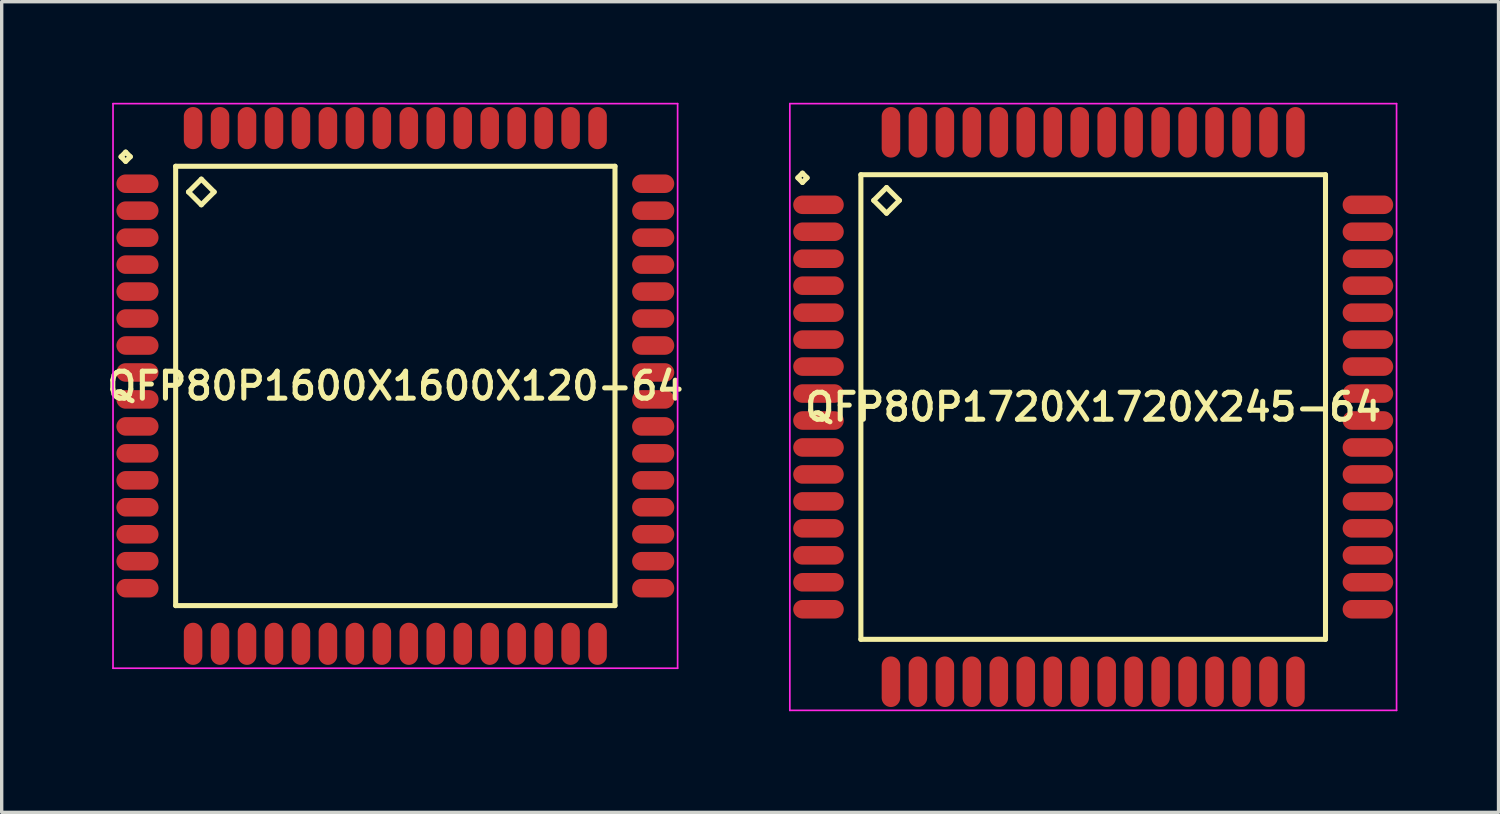
<source format=kicad_pcb>
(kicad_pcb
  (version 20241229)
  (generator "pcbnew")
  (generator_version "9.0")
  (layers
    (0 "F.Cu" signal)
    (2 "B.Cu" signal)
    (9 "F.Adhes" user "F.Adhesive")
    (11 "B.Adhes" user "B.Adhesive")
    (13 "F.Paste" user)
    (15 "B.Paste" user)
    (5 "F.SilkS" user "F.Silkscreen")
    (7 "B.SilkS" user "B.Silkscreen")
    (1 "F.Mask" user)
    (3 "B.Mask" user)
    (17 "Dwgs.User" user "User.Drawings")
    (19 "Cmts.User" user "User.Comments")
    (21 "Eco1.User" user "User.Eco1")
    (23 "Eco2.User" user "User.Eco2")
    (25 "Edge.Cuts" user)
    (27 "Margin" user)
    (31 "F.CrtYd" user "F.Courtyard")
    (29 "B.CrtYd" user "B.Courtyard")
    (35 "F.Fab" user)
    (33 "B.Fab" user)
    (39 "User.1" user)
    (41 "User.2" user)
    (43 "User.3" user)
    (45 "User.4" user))
  (footprint "QFP80P1720X1720X245-64"
    (layer "F.Cu")
    (at 29.382 9.025)
    (property "Reference" "QFP80P1720X1720X245-64" (at 0 0 0) (layer "F.SilkS") (effects (font (size 0.8 0.8) (thickness 0.15))))
    (attr smd)
    (fp_line (start -8.762 -6.8) (end -8.625 -6.938) (stroke (width 0.15) (type solid)) (layer "F.SilkS"))
    (fp_line (start -8.625 -6.938) (end -8.488 -6.8) (stroke (width 0.15) (type solid)) (layer "F.SilkS"))
    (fp_line (start -8.625 -6.662) (end -8.762 -6.8) (stroke (width 0.15) (type solid)) (layer "F.SilkS"))
    (fp_line (start -8.488 -6.8) (end -8.625 -6.662) (stroke (width 0.15) (type solid)) (layer "F.SilkS"))
    (fp_line (start -6.892 -6.892) (end -6.892 6.892) (stroke (width 0.15) (type solid)) (layer "F.SilkS"))
    (fp_line (start -6.892 6.892) (end 6.892 6.892) (stroke (width 0.15) (type solid)) (layer "F.SilkS"))
    (fp_line (start -6.511 -6.13) (end -6.13 -6.511) (stroke (width 0.15) (type solid)) (layer "F.SilkS"))
    (fp_line (start -6.13 -6.511) (end -5.749 -6.13) (stroke (width 0.15) (type solid)) (layer "F.SilkS"))
    (fp_line (start -6.13 -5.749) (end -6.511 -6.13) (stroke (width 0.15) (type solid)) (layer "F.SilkS"))
    (fp_line (start -5.749 -6.13) (end -6.13 -5.749) (stroke (width 0.15) (type solid)) (layer "F.SilkS"))
    (fp_line (start 6.892 -6.892) (end -6.892 -6.892) (stroke (width 0.15) (type solid)) (layer "F.SilkS"))
    (fp_line (start 6.892 6.892) (end 6.892 -6.892) (stroke (width 0.15) (type solid)) (layer "F.SilkS"))
    (fp_line (start -9 -9) (end 9 -9) (stroke (width 0.05) (type solid)) (layer "F.CrtYd"))
    (fp_line (start -9 9) (end -9 -9) (stroke (width 0.05) (type solid)) (layer "F.CrtYd"))
    (fp_line (start 9 -9) (end 9 9) (stroke (width 0.05) (type solid)) (layer "F.CrtYd"))
    (fp_line (start 9 9) (end -9 9) (stroke (width 0.05) (type solid)) (layer "F.CrtYd"))
    (pad "1" smd oval (at -8.15 -6) (size 1.5 0.55) (layers "F.Cu" "F.Mask" "F.Paste"))
    (pad "2" smd oval (at -8.15 -5.2) (size 1.5 0.55) (layers "F.Cu" "F.Mask" "F.Paste"))
    (pad "3" smd oval (at -8.15 -4.4) (size 1.5 0.55) (layers "F.Cu" "F.Mask" "F.Paste"))
    (pad "4" smd oval (at -8.15 -3.6) (size 1.5 0.55) (layers "F.Cu" "F.Mask" "F.Paste"))
    (pad "5" smd oval (at -8.15 -2.8) (size 1.5 0.55) (layers "F.Cu" "F.Mask" "F.Paste"))
    (pad "6" smd oval (at -8.15 -2) (size 1.5 0.55) (layers "F.Cu" "F.Mask" "F.Paste"))
    (pad "7" smd oval (at -8.15 -1.2) (size 1.5 0.55) (layers "F.Cu" "F.Mask" "F.Paste"))
    (pad "8" smd oval (at -8.15 -0.4) (size 1.5 0.55) (layers "F.Cu" "F.Mask" "F.Paste"))
    (pad "9" smd oval (at -8.15 0.4) (size 1.5 0.55) (layers "F.Cu" "F.Mask" "F.Paste"))
    (pad "10" smd oval (at -8.15 1.2) (size 1.5 0.55) (layers "F.Cu" "F.Mask" "F.Paste"))
    (pad "11" smd oval (at -8.15 2) (size 1.5 0.55) (layers "F.Cu" "F.Mask" "F.Paste"))
    (pad "12" smd oval (at -8.15 2.8) (size 1.5 0.55) (layers "F.Cu" "F.Mask" "F.Paste"))
    (pad "13" smd oval (at -8.15 3.6) (size 1.5 0.55) (layers "F.Cu" "F.Mask" "F.Paste"))
    (pad "14" smd oval (at -8.15 4.4) (size 1.5 0.55) (layers "F.Cu" "F.Mask" "F.Paste"))
    (pad "15" smd oval (at -8.15 5.2) (size 1.5 0.55) (layers "F.Cu" "F.Mask" "F.Paste"))
    (pad "16" smd oval (at -8.15 6) (size 1.5 0.55) (layers "F.Cu" "F.Mask" "F.Paste"))
    (pad "17" smd oval (at -6 8.15) (size 0.55 1.5) (layers "F.Cu" "F.Mask" "F.Paste"))
    (pad "18" smd oval (at -5.2 8.15) (size 0.55 1.5) (layers "F.Cu" "F.Mask" "F.Paste"))
    (pad "19" smd oval (at -4.4 8.15) (size 0.55 1.5) (layers "F.Cu" "F.Mask" "F.Paste"))
    (pad "20" smd oval (at -3.6 8.15) (size 0.55 1.5) (layers "F.Cu" "F.Mask" "F.Paste"))
    (pad "21" smd oval (at -2.8 8.15) (size 0.55 1.5) (layers "F.Cu" "F.Mask" "F.Paste"))
    (pad "22" smd oval (at -2 8.15) (size 0.55 1.5) (layers "F.Cu" "F.Mask" "F.Paste"))
    (pad "23" smd oval (at -1.2 8.15) (size 0.55 1.5) (layers "F.Cu" "F.Mask" "F.Paste"))
    (pad "24" smd oval (at -0.4 8.15) (size 0.55 1.5) (layers "F.Cu" "F.Mask" "F.Paste"))
    (pad "25" smd oval (at 0.4 8.15) (size 0.55 1.5) (layers "F.Cu" "F.Mask" "F.Paste"))
    (pad "26" smd oval (at 1.2 8.15) (size 0.55 1.5) (layers "F.Cu" "F.Mask" "F.Paste"))
    (pad "27" smd oval (at 2 8.15) (size 0.55 1.5) (layers "F.Cu" "F.Mask" "F.Paste"))
    (pad "28" smd oval (at 2.8 8.15) (size 0.55 1.5) (layers "F.Cu" "F.Mask" "F.Paste"))
    (pad "29" smd oval (at 3.6 8.15) (size 0.55 1.5) (layers "F.Cu" "F.Mask" "F.Paste"))
    (pad "30" smd oval (at 4.4 8.15) (size 0.55 1.5) (layers "F.Cu" "F.Mask" "F.Paste"))
    (pad "31" smd oval (at 5.2 8.15) (size 0.55 1.5) (layers "F.Cu" "F.Mask" "F.Paste"))
    (pad "32" smd oval (at 6 8.15) (size 0.55 1.5) (layers "F.Cu" "F.Mask" "F.Paste"))
    (pad "33" smd oval (at 8.15 6) (size 1.5 0.55) (layers "F.Cu" "F.Mask" "F.Paste"))
    (pad "34" smd oval (at 8.15 5.2) (size 1.5 0.55) (layers "F.Cu" "F.Mask" "F.Paste"))
    (pad "35" smd oval (at 8.15 4.4) (size 1.5 0.55) (layers "F.Cu" "F.Mask" "F.Paste"))
    (pad "36" smd oval (at 8.15 3.6) (size 1.5 0.55) (layers "F.Cu" "F.Mask" "F.Paste"))
    (pad "37" smd oval (at 8.15 2.8) (size 1.5 0.55) (layers "F.Cu" "F.Mask" "F.Paste"))
    (pad "38" smd oval (at 8.15 2) (size 1.5 0.55) (layers "F.Cu" "F.Mask" "F.Paste"))
    (pad "39" smd oval (at 8.15 1.2) (size 1.5 0.55) (layers "F.Cu" "F.Mask" "F.Paste"))
    (pad "40" smd oval (at 8.15 0.4) (size 1.5 0.55) (layers "F.Cu" "F.Mask" "F.Paste"))
    (pad "41" smd oval (at 8.15 -0.4) (size 1.5 0.55) (layers "F.Cu" "F.Mask" "F.Paste"))
    (pad "42" smd oval (at 8.15 -1.2) (size 1.5 0.55) (layers "F.Cu" "F.Mask" "F.Paste"))
    (pad "43" smd oval (at 8.15 -2) (size 1.5 0.55) (layers "F.Cu" "F.Mask" "F.Paste"))
    (pad "44" smd oval (at 8.15 -2.8) (size 1.5 0.55) (layers "F.Cu" "F.Mask" "F.Paste"))
    (pad "45" smd oval (at 8.15 -3.6) (size 1.5 0.55) (layers "F.Cu" "F.Mask" "F.Paste"))
    (pad "46" smd oval (at 8.15 -4.4) (size 1.5 0.55) (layers "F.Cu" "F.Mask" "F.Paste"))
    (pad "47" smd oval (at 8.15 -5.2) (size 1.5 0.55) (layers "F.Cu" "F.Mask" "F.Paste"))
    (pad "48" smd oval (at 8.15 -6) (size 1.5 0.55) (layers "F.Cu" "F.Mask" "F.Paste"))
    (pad "49" smd oval (at 6 -8.15) (size 0.55 1.5) (layers "F.Cu" "F.Mask" "F.Paste"))
    (pad "50" smd oval (at 5.2 -8.15) (size 0.55 1.5) (layers "F.Cu" "F.Mask" "F.Paste"))
    (pad "51" smd oval (at 4.4 -8.15) (size 0.55 1.5) (layers "F.Cu" "F.Mask" "F.Paste"))
    (pad "52" smd oval (at 3.6 -8.15) (size 0.55 1.5) (layers "F.Cu" "F.Mask" "F.Paste"))
    (pad "53" smd oval (at 2.8 -8.15) (size 0.55 1.5) (layers "F.Cu" "F.Mask" "F.Paste"))
    (pad "54" smd oval (at 2 -8.15) (size 0.55 1.5) (layers "F.Cu" "F.Mask" "F.Paste"))
    (pad "55" smd oval (at 1.2 -8.15) (size 0.55 1.5) (layers "F.Cu" "F.Mask" "F.Paste"))
    (pad "56" smd oval (at 0.4 -8.15) (size 0.55 1.5) (layers "F.Cu" "F.Mask" "F.Paste"))
    (pad "57" smd oval (at -0.4 -8.15) (size 0.55 1.5) (layers "F.Cu" "F.Mask" "F.Paste"))
    (pad "58" smd oval (at -1.2 -8.15) (size 0.55 1.5) (layers "F.Cu" "F.Mask" "F.Paste"))
    (pad "59" smd oval (at -2 -8.15) (size 0.55 1.5) (layers "F.Cu" "F.Mask" "F.Paste"))
    (pad "60" smd oval (at -2.8 -8.15) (size 0.55 1.5) (layers "F.Cu" "F.Mask" "F.Paste"))
    (pad "61" smd oval (at -3.6 -8.15) (size 0.55 1.5) (layers "F.Cu" "F.Mask" "F.Paste"))
    (pad "62" smd oval (at -4.4 -8.15) (size 0.55 1.5) (layers "F.Cu" "F.Mask" "F.Paste"))
    (pad "63" smd oval (at -5.2 -8.15) (size 0.55 1.5) (layers "F.Cu" "F.Mask" "F.Paste"))
    (pad "64" smd oval (at -6 -8.15) (size 0.55 1.5) (layers "F.Cu" "F.Mask" "F.Paste")))
  (footprint "QFP80P1600X1600X120-64"
    (layer "F.Cu")
    (at 8.678 8.4)
    (property "Reference" "QFP80P1600X1600X120-64" (at 0 0 0) (layer "F.SilkS") (effects (font (size 0.8 0.8) (thickness 0.15))))
    (attr smd)
    (fp_line (start -8.137 -6.8) (end -8 -6.938) (stroke (width 0.15) (type solid)) (layer "F.SilkS"))
    (fp_line (start -8 -6.938) (end -7.862 -6.8) (stroke (width 0.15) (type solid)) (layer "F.SilkS"))
    (fp_line (start -8 -6.662) (end -8.137 -6.8) (stroke (width 0.15) (type solid)) (layer "F.SilkS"))
    (fp_line (start -7.862 -6.8) (end -8 -6.662) (stroke (width 0.15) (type solid)) (layer "F.SilkS"))
    (fp_line (start -6.517 -6.517) (end -6.517 6.517) (stroke (width 0.15) (type solid)) (layer "F.SilkS"))
    (fp_line (start -6.517 6.517) (end 6.517 6.517) (stroke (width 0.15) (type solid)) (layer "F.SilkS"))
    (fp_line (start -6.136 -5.755) (end -5.755 -6.136) (stroke (width 0.15) (type solid)) (layer "F.SilkS"))
    (fp_line (start -5.755 -6.136) (end -5.374 -5.755) (stroke (width 0.15) (type solid)) (layer "F.SilkS"))
    (fp_line (start -5.755 -5.374) (end -6.136 -5.755) (stroke (width 0.15) (type solid)) (layer "F.SilkS"))
    (fp_line (start -5.374 -5.755) (end -5.755 -5.374) (stroke (width 0.15) (type solid)) (layer "F.SilkS"))
    (fp_line (start 6.517 -6.517) (end -6.517 -6.517) (stroke (width 0.15) (type solid)) (layer "F.SilkS"))
    (fp_line (start 6.517 6.517) (end 6.517 -6.517) (stroke (width 0.15) (type solid)) (layer "F.SilkS"))
    (fp_line (start -8.375 -8.375) (end 8.375 -8.375) (stroke (width 0.05) (type solid)) (layer "F.CrtYd"))
    (fp_line (start -8.375 8.375) (end -8.375 -8.375) (stroke (width 0.05) (type solid)) (layer "F.CrtYd"))
    (fp_line (start 8.375 -8.375) (end 8.375 8.375) (stroke (width 0.05) (type solid)) (layer "F.CrtYd"))
    (fp_line (start 8.375 8.375) (end -8.375 8.375) (stroke (width 0.05) (type solid)) (layer "F.CrtYd"))
    (pad "1" smd oval (at -7.65 -6) (size 1.25 0.55) (layers "F.Cu" "F.Mask" "F.Paste"))
    (pad "2" smd oval (at -7.65 -5.2) (size 1.25 0.55) (layers "F.Cu" "F.Mask" "F.Paste"))
    (pad "3" smd oval (at -7.65 -4.4) (size 1.25 0.55) (layers "F.Cu" "F.Mask" "F.Paste"))
    (pad "4" smd oval (at -7.65 -3.6) (size 1.25 0.55) (layers "F.Cu" "F.Mask" "F.Paste"))
    (pad "5" smd oval (at -7.65 -2.8) (size 1.25 0.55) (layers "F.Cu" "F.Mask" "F.Paste"))
    (pad "6" smd oval (at -7.65 -2) (size 1.25 0.55) (layers "F.Cu" "F.Mask" "F.Paste"))
    (pad "7" smd oval (at -7.65 -1.2) (size 1.25 0.55) (layers "F.Cu" "F.Mask" "F.Paste"))
    (pad "8" smd oval (at -7.65 -0.4) (size 1.25 0.55) (layers "F.Cu" "F.Mask" "F.Paste"))
    (pad "9" smd oval (at -7.65 0.4) (size 1.25 0.55) (layers "F.Cu" "F.Mask" "F.Paste"))
    (pad "10" smd oval (at -7.65 1.2) (size 1.25 0.55) (layers "F.Cu" "F.Mask" "F.Paste"))
    (pad "11" smd oval (at -7.65 2) (size 1.25 0.55) (layers "F.Cu" "F.Mask" "F.Paste"))
    (pad "12" smd oval (at -7.65 2.8) (size 1.25 0.55) (layers "F.Cu" "F.Mask" "F.Paste"))
    (pad "13" smd oval (at -7.65 3.6) (size 1.25 0.55) (layers "F.Cu" "F.Mask" "F.Paste"))
    (pad "14" smd oval (at -7.65 4.4) (size 1.25 0.55) (layers "F.Cu" "F.Mask" "F.Paste"))
    (pad "15" smd oval (at -7.65 5.2) (size 1.25 0.55) (layers "F.Cu" "F.Mask" "F.Paste"))
    (pad "16" smd oval (at -7.65 6) (size 1.25 0.55) (layers "F.Cu" "F.Mask" "F.Paste"))
    (pad "17" smd oval (at -6 7.65) (size 0.55 1.25) (layers "F.Cu" "F.Mask" "F.Paste"))
    (pad "18" smd oval (at -5.2 7.65) (size 0.55 1.25) (layers "F.Cu" "F.Mask" "F.Paste"))
    (pad "19" smd oval (at -4.4 7.65) (size 0.55 1.25) (layers "F.Cu" "F.Mask" "F.Paste"))
    (pad "20" smd oval (at -3.6 7.65) (size 0.55 1.25) (layers "F.Cu" "F.Mask" "F.Paste"))
    (pad "21" smd oval (at -2.8 7.65) (size 0.55 1.25) (layers "F.Cu" "F.Mask" "F.Paste"))
    (pad "22" smd oval (at -2 7.65) (size 0.55 1.25) (layers "F.Cu" "F.Mask" "F.Paste"))
    (pad "23" smd oval (at -1.2 7.65) (size 0.55 1.25) (layers "F.Cu" "F.Mask" "F.Paste"))
    (pad "24" smd oval (at -0.4 7.65) (size 0.55 1.25) (layers "F.Cu" "F.Mask" "F.Paste"))
    (pad "25" smd oval (at 0.4 7.65) (size 0.55 1.25) (layers "F.Cu" "F.Mask" "F.Paste"))
    (pad "26" smd oval (at 1.2 7.65) (size 0.55 1.25) (layers "F.Cu" "F.Mask" "F.Paste"))
    (pad "27" smd oval (at 2 7.65) (size 0.55 1.25) (layers "F.Cu" "F.Mask" "F.Paste"))
    (pad "28" smd oval (at 2.8 7.65) (size 0.55 1.25) (layers "F.Cu" "F.Mask" "F.Paste"))
    (pad "29" smd oval (at 3.6 7.65) (size 0.55 1.25) (layers "F.Cu" "F.Mask" "F.Paste"))
    (pad "30" smd oval (at 4.4 7.65) (size 0.55 1.25) (layers "F.Cu" "F.Mask" "F.Paste"))
    (pad "31" smd oval (at 5.2 7.65) (size 0.55 1.25) (layers "F.Cu" "F.Mask" "F.Paste"))
    (pad "32" smd oval (at 6 7.65) (size 0.55 1.25) (layers "F.Cu" "F.Mask" "F.Paste"))
    (pad "33" smd oval (at 7.65 6) (size 1.25 0.55) (layers "F.Cu" "F.Mask" "F.Paste"))
    (pad "34" smd oval (at 7.65 5.2) (size 1.25 0.55) (layers "F.Cu" "F.Mask" "F.Paste"))
    (pad "35" smd oval (at 7.65 4.4) (size 1.25 0.55) (layers "F.Cu" "F.Mask" "F.Paste"))
    (pad "36" smd oval (at 7.65 3.6) (size 1.25 0.55) (layers "F.Cu" "F.Mask" "F.Paste"))
    (pad "37" smd oval (at 7.65 2.8) (size 1.25 0.55) (layers "F.Cu" "F.Mask" "F.Paste"))
    (pad "38" smd oval (at 7.65 2) (size 1.25 0.55) (layers "F.Cu" "F.Mask" "F.Paste"))
    (pad "39" smd oval (at 7.65 1.2) (size 1.25 0.55) (layers "F.Cu" "F.Mask" "F.Paste"))
    (pad "40" smd oval (at 7.65 0.4) (size 1.25 0.55) (layers "F.Cu" "F.Mask" "F.Paste"))
    (pad "41" smd oval (at 7.65 -0.4) (size 1.25 0.55) (layers "F.Cu" "F.Mask" "F.Paste"))
    (pad "42" smd oval (at 7.65 -1.2) (size 1.25 0.55) (layers "F.Cu" "F.Mask" "F.Paste"))
    (pad "43" smd oval (at 7.65 -2) (size 1.25 0.55) (layers "F.Cu" "F.Mask" "F.Paste"))
    (pad "44" smd oval (at 7.65 -2.8) (size 1.25 0.55) (layers "F.Cu" "F.Mask" "F.Paste"))
    (pad "45" smd oval (at 7.65 -3.6) (size 1.25 0.55) (layers "F.Cu" "F.Mask" "F.Paste"))
    (pad "46" smd oval (at 7.65 -4.4) (size 1.25 0.55) (layers "F.Cu" "F.Mask" "F.Paste"))
    (pad "47" smd oval (at 7.65 -5.2) (size 1.25 0.55) (layers "F.Cu" "F.Mask" "F.Paste"))
    (pad "48" smd oval (at 7.65 -6) (size 1.25 0.55) (layers "F.Cu" "F.Mask" "F.Paste"))
    (pad "49" smd oval (at 6 -7.65) (size 0.55 1.25) (layers "F.Cu" "F.Mask" "F.Paste"))
    (pad "50" smd oval (at 5.2 -7.65) (size 0.55 1.25) (layers "F.Cu" "F.Mask" "F.Paste"))
    (pad "51" smd oval (at 4.4 -7.65) (size 0.55 1.25) (layers "F.Cu" "F.Mask" "F.Paste"))
    (pad "52" smd oval (at 3.6 -7.65) (size 0.55 1.25) (layers "F.Cu" "F.Mask" "F.Paste"))
    (pad "53" smd oval (at 2.8 -7.65) (size 0.55 1.25) (layers "F.Cu" "F.Mask" "F.Paste"))
    (pad "54" smd oval (at 2 -7.65) (size 0.55 1.25) (layers "F.Cu" "F.Mask" "F.Paste"))
    (pad "55" smd oval (at 1.2 -7.65) (size 0.55 1.25) (layers "F.Cu" "F.Mask" "F.Paste"))
    (pad "56" smd oval (at 0.4 -7.65) (size 0.55 1.25) (layers "F.Cu" "F.Mask" "F.Paste"))
    (pad "57" smd oval (at -0.4 -7.65) (size 0.55 1.25) (layers "F.Cu" "F.Mask" "F.Paste"))
    (pad "58" smd oval (at -1.2 -7.65) (size 0.55 1.25) (layers "F.Cu" "F.Mask" "F.Paste"))
    (pad "59" smd oval (at -2 -7.65) (size 0.55 1.25) (layers "F.Cu" "F.Mask" "F.Paste"))
    (pad "60" smd oval (at -2.8 -7.65) (size 0.55 1.25) (layers "F.Cu" "F.Mask" "F.Paste"))
    (pad "61" smd oval (at -3.6 -7.65) (size 0.55 1.25) (layers "F.Cu" "F.Mask" "F.Paste"))
    (pad "62" smd oval (at -4.4 -7.65) (size 0.55 1.25) (layers "F.Cu" "F.Mask" "F.Paste"))
    (pad "63" smd oval (at -5.2 -7.65) (size 0.55 1.25) (layers "F.Cu" "F.Mask" "F.Paste"))
    (pad "64" smd oval (at -6 -7.65) (size 0.55 1.25) (layers "F.Cu" "F.Mask" "F.Paste")))
  (gr_rect
    (start -3 -3)
    (end 41.407 21.05)
    (stroke (width 0.1) (type default))
    (fill no)
    (layer "Edge.Cuts")))
</source>
